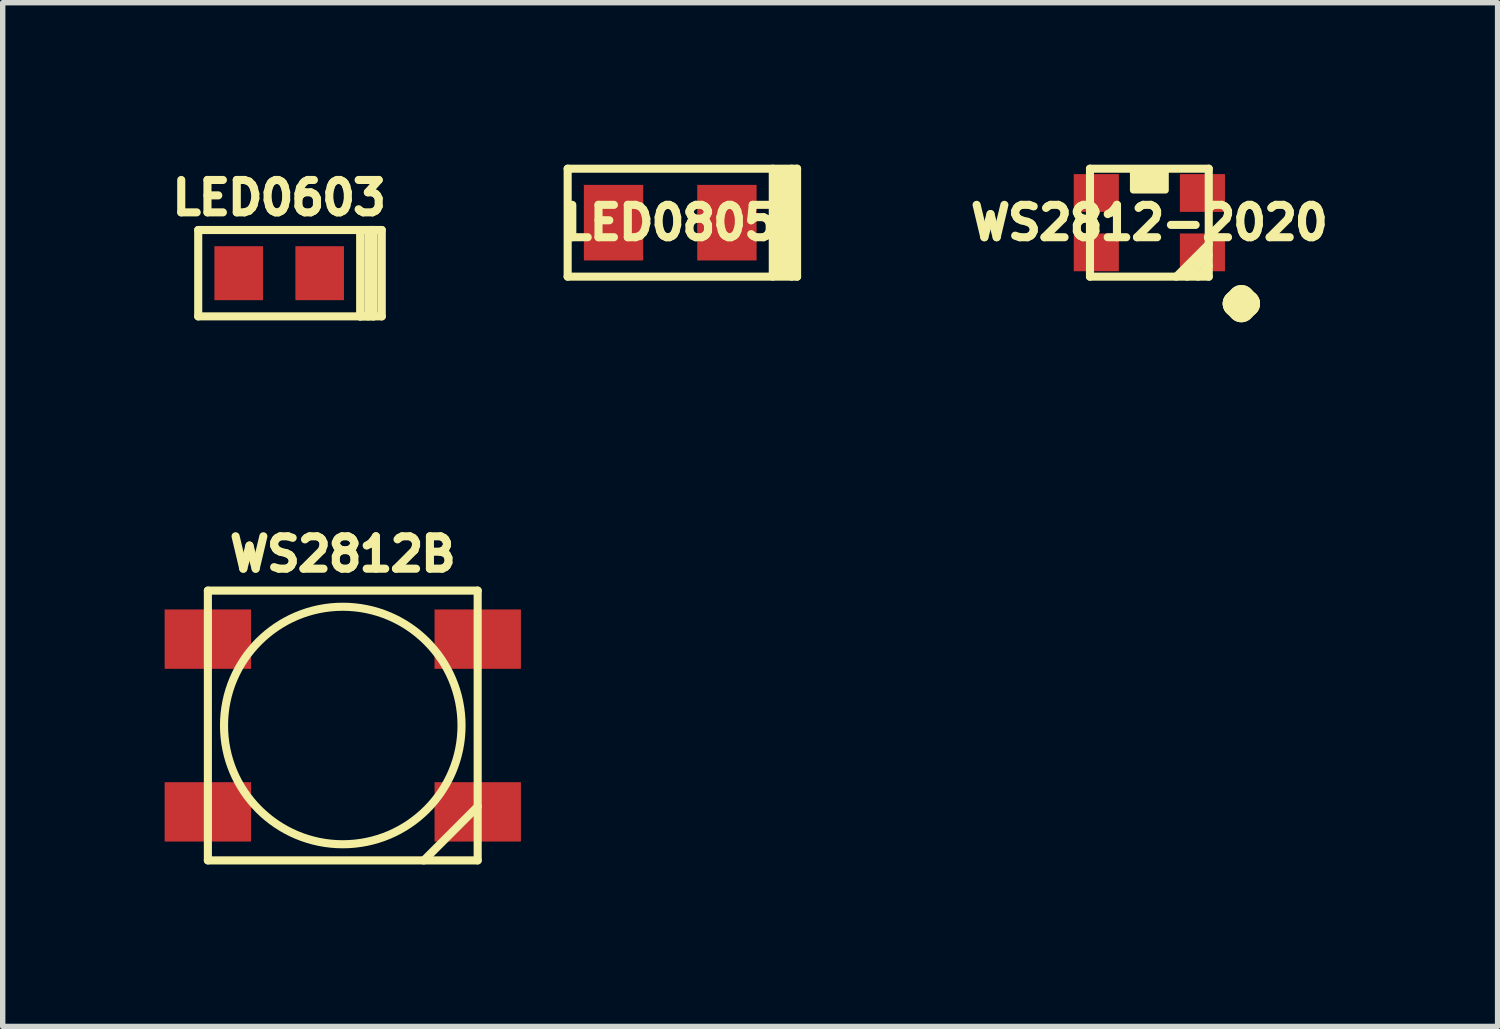
<source format=kicad_pcb>
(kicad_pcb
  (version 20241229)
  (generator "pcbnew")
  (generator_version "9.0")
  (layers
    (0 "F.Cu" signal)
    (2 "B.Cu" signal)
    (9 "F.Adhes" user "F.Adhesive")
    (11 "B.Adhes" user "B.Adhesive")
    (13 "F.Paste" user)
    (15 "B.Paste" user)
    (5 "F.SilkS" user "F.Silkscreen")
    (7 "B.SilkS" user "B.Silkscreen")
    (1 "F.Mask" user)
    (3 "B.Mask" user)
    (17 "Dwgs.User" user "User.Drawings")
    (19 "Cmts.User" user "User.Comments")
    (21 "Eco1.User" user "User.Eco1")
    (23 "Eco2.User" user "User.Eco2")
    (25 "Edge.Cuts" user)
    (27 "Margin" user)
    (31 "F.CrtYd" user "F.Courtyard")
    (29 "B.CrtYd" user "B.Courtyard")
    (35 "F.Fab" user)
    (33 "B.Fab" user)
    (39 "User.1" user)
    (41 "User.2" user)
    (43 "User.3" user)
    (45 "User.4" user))
  (footprint "LED0603"
    (layer "F.Cu")
    (at 2.122 2.011)
    (property "Reference" "LED0603" (at 0 -1.397 0) (layer "F.SilkS") (effects (font (size 0.6 0.6) (thickness 0.15))))
    (attr smd)
    (fp_line (start -1.5 -0.8) (end 1.5 -0.8) (stroke (width 0.15) (type solid)) (layer "F.SilkS"))
    (fp_line (start -1.5 0.8) (end -1.5 -0.8) (stroke (width 0.15) (type solid)) (layer "F.SilkS"))
    (fp_line (start 1.5 -0.8) (end 1.5 0.8) (stroke (width 0.15) (type solid)) (layer "F.SilkS"))
    (fp_line (start 1.5 -0.8) (end 1.65 -0.8) (stroke (width 0.15) (type solid)) (layer "F.SilkS"))
    (fp_line (start 1.5 0.8) (end -1.5 0.8) (stroke (width 0.15) (type solid)) (layer "F.SilkS"))
    (fp_line (start 1.5 0.8) (end 1.75 0.8) (stroke (width 0.15) (type solid)) (layer "F.SilkS"))
    (fp_line (start 1.65 -0.8) (end 1.65 0.8) (stroke (width 0.15) (type solid)) (layer "F.SilkS"))
    (fp_line (start 1.65 0.8) (end 1.5 0.8) (stroke (width 0.15) (type solid)) (layer "F.SilkS"))
    (fp_line (start 1.7 -0.8) (end 1.9 -0.8) (stroke (width 0.15) (type solid)) (layer "F.SilkS"))
    (fp_line (start 1.75 -0.8) (end 1.65 -0.8) (stroke (width 0.15) (type solid)) (layer "F.SilkS"))
    (fp_line (start 1.75 0.8) (end 1.75 -0.8) (stroke (width 0.15) (type solid)) (layer "F.SilkS"))
    (fp_line (start 1.9 -0.8) (end 1.9 0.8) (stroke (width 0.15) (type solid)) (layer "F.SilkS"))
    (fp_line (start 1.9 0.8) (end 1.7 0.8) (stroke (width 0.15) (type solid)) (layer "F.SilkS"))
    (pad "A" smd rect (at -0.75 0) (size 0.9 1) (layers "F.Cu" "F.Mask" "F.Paste"))
    (pad "C" smd rect (at 0.75 0) (size 0.9 1) (layers "F.Cu" "F.Mask" "F.Paste")))
  (footprint "LED0805"
    (layer "F.Cu")
    (at 9.366 1.075)
    (property "Reference" "LED0805" (at 0 0 180) (layer "F.SilkS") (effects (font (size 0.6 0.6) (thickness 0.15))))
    (attr smd)
    (fp_line (start -1.9 -1) (end 2.35 -1) (stroke (width 0.15) (type solid)) (layer "F.SilkS"))
    (fp_line (start -1.9 1) (end -1.9 -1) (stroke (width 0.15) (type solid)) (layer "F.SilkS"))
    (fp_line (start 1.9 -1) (end 1.9 1) (stroke (width 0.15) (type solid)) (layer "F.SilkS"))
    (fp_line (start 2.007 -0.965) (end 2.007 0.965) (stroke (width 0.15) (type solid)) (layer "F.SilkS"))
    (fp_line (start 2.108 -0.991) (end 2.108 0.94) (stroke (width 0.15) (type solid)) (layer "F.SilkS"))
    (fp_line (start 2.108 0.94) (end 2.108 0.965) (stroke (width 0.15) (type solid)) (layer "F.SilkS"))
    (fp_line (start 2.25 -1) (end 2.25 1) (stroke (width 0.15) (type solid)) (layer "F.SilkS"))
    (fp_line (start 2.35 1) (end -1.9 1) (stroke (width 0.15) (type solid)) (layer "F.SilkS"))
    (fp_line (start 2.35 1) (end 2.35 -1) (stroke (width 0.15) (type solid)) (layer "F.SilkS"))
    (pad "A" smd rect (at -1.05 0) (size 1.1 1.4) (layers "F.Cu" "F.Mask" "F.Paste"))
    (pad "C" smd rect (at 1.05 0) (size 1.1 1.4) (layers "F.Cu" "F.Mask" "F.Paste")))
  (footprint "WS2812-2020"
    (layer "F.Cu")
    (at 18.242 1.075)
    (property "Reference" "WS2812-2020" (at 0 0 0) (layer "F.SilkS") (effects (font (size 0.6 0.6) (thickness 0.15))))
    (attr smd)
    (fp_line (start -1.1 -1) (end 1.1 -1) (stroke (width 0.15) (type solid)) (layer "F.SilkS"))
    (fp_line (start -1.1 1) (end -1.1 -1) (stroke (width 0.15) (type solid)) (layer "F.SilkS"))
    (fp_line (start 0.9 1) (end 1.1 0.8) (stroke (width 0.15) (type default)) (layer "F.SilkS"))
    (fp_line (start 1.1 -1) (end 1.1 1) (stroke (width 0.15) (type solid)) (layer "F.SilkS"))
    (fp_line (start 1.1 0.4) (end 0.5 1) (stroke (width 0.15) (type default)) (layer "F.SilkS"))
    (fp_line (start 1.1 0.6) (end 0.7 1) (stroke (width 0.15) (type default)) (layer "F.SilkS"))
    (fp_line (start 1.1 1) (end -1.1 1) (stroke (width 0.15) (type solid)) (layer "F.SilkS"))
    (fp_rect (start -0.3 -1) (end 0.3 -0.6) (stroke (width 0.12) (type solid)) (fill yes) (layer "F.SilkS"))
    (fp_text user "." (at 0.9 1.5 90) (unlocked yes) (layer "F.SilkS") (effects (font (size 2 2) (thickness 0.5))))
    (pad "1" smd rect (at 0.983 0.55) (size 0.835 0.7) (layers "F.Cu" "F.Mask" "F.Paste"))
    (pad "2" smd rect (at 0.983 -0.55) (size 0.835 0.7) (layers "F.Cu" "F.Mask" "F.Paste"))
    (pad "3" smd rect (at -0.983 -0.55) (size 0.835 0.7) (layers "F.Cu" "F.Mask" "F.Paste"))
    (pad "4" smd rect (at -0.983 0.55) (size 0.835 0.7) (layers "F.Cu" "F.Mask" "F.Paste")))
  (footprint "WS2812B"
    (layer "F.Cu")
    (at 3.3 10.39)
    (property "Reference" "WS2812B" (at 0 -3.175 0) (layer "F.SilkS") (effects (font (size 0.6 0.6) (thickness 0.15))))
    (attr through_hole)
    (fp_line (start -2.499 -2.499) (end 2.499 -2.499) (stroke (width 0.15) (type solid)) (layer "F.SilkS"))
    (fp_line (start -2.499 2.499) (end -2.499 -2.499) (stroke (width 0.15) (type solid)) (layer "F.SilkS"))
    (fp_line (start 1.5 2.5) (end 2.5 1.5) (stroke (width 0.15) (type solid)) (layer "F.SilkS"))
    (fp_line (start 2.499 -2.499) (end 2.499 2.499) (stroke (width 0.15) (type solid)) (layer "F.SilkS"))
    (fp_line (start 2.499 2.499) (end -2.499 2.499) (stroke (width 0.15) (type solid)) (layer "F.SilkS"))
    (fp_circle (center 0 0) (end 0 2.2) (stroke (width 0.15) (type solid)) (fill no) (layer "F.SilkS"))
    (pad "1" smd rect (at -2.5 -1.6) (size 1.6 1.1) (layers "F.Cu" "F.Mask" "F.Paste"))
    (pad "2" smd rect (at -2.5 1.6) (size 1.6 1.1) (layers "F.Cu" "F.Mask" "F.Paste"))
    (pad "3" smd rect (at 2.5 1.6) (size 1.6 1.1) (layers "F.Cu" "F.Mask" "F.Paste"))
    (pad "4" smd rect (at 2.5 -1.6) (size 1.6 1.1) (layers "F.Cu" "F.Mask" "F.Paste")))
  (gr_rect
    (start -3 -3)
    (end 24.693 15.965)
    (stroke (width 0.1) (type default))
    (fill no)
    (layer "Edge.Cuts")))
</source>
